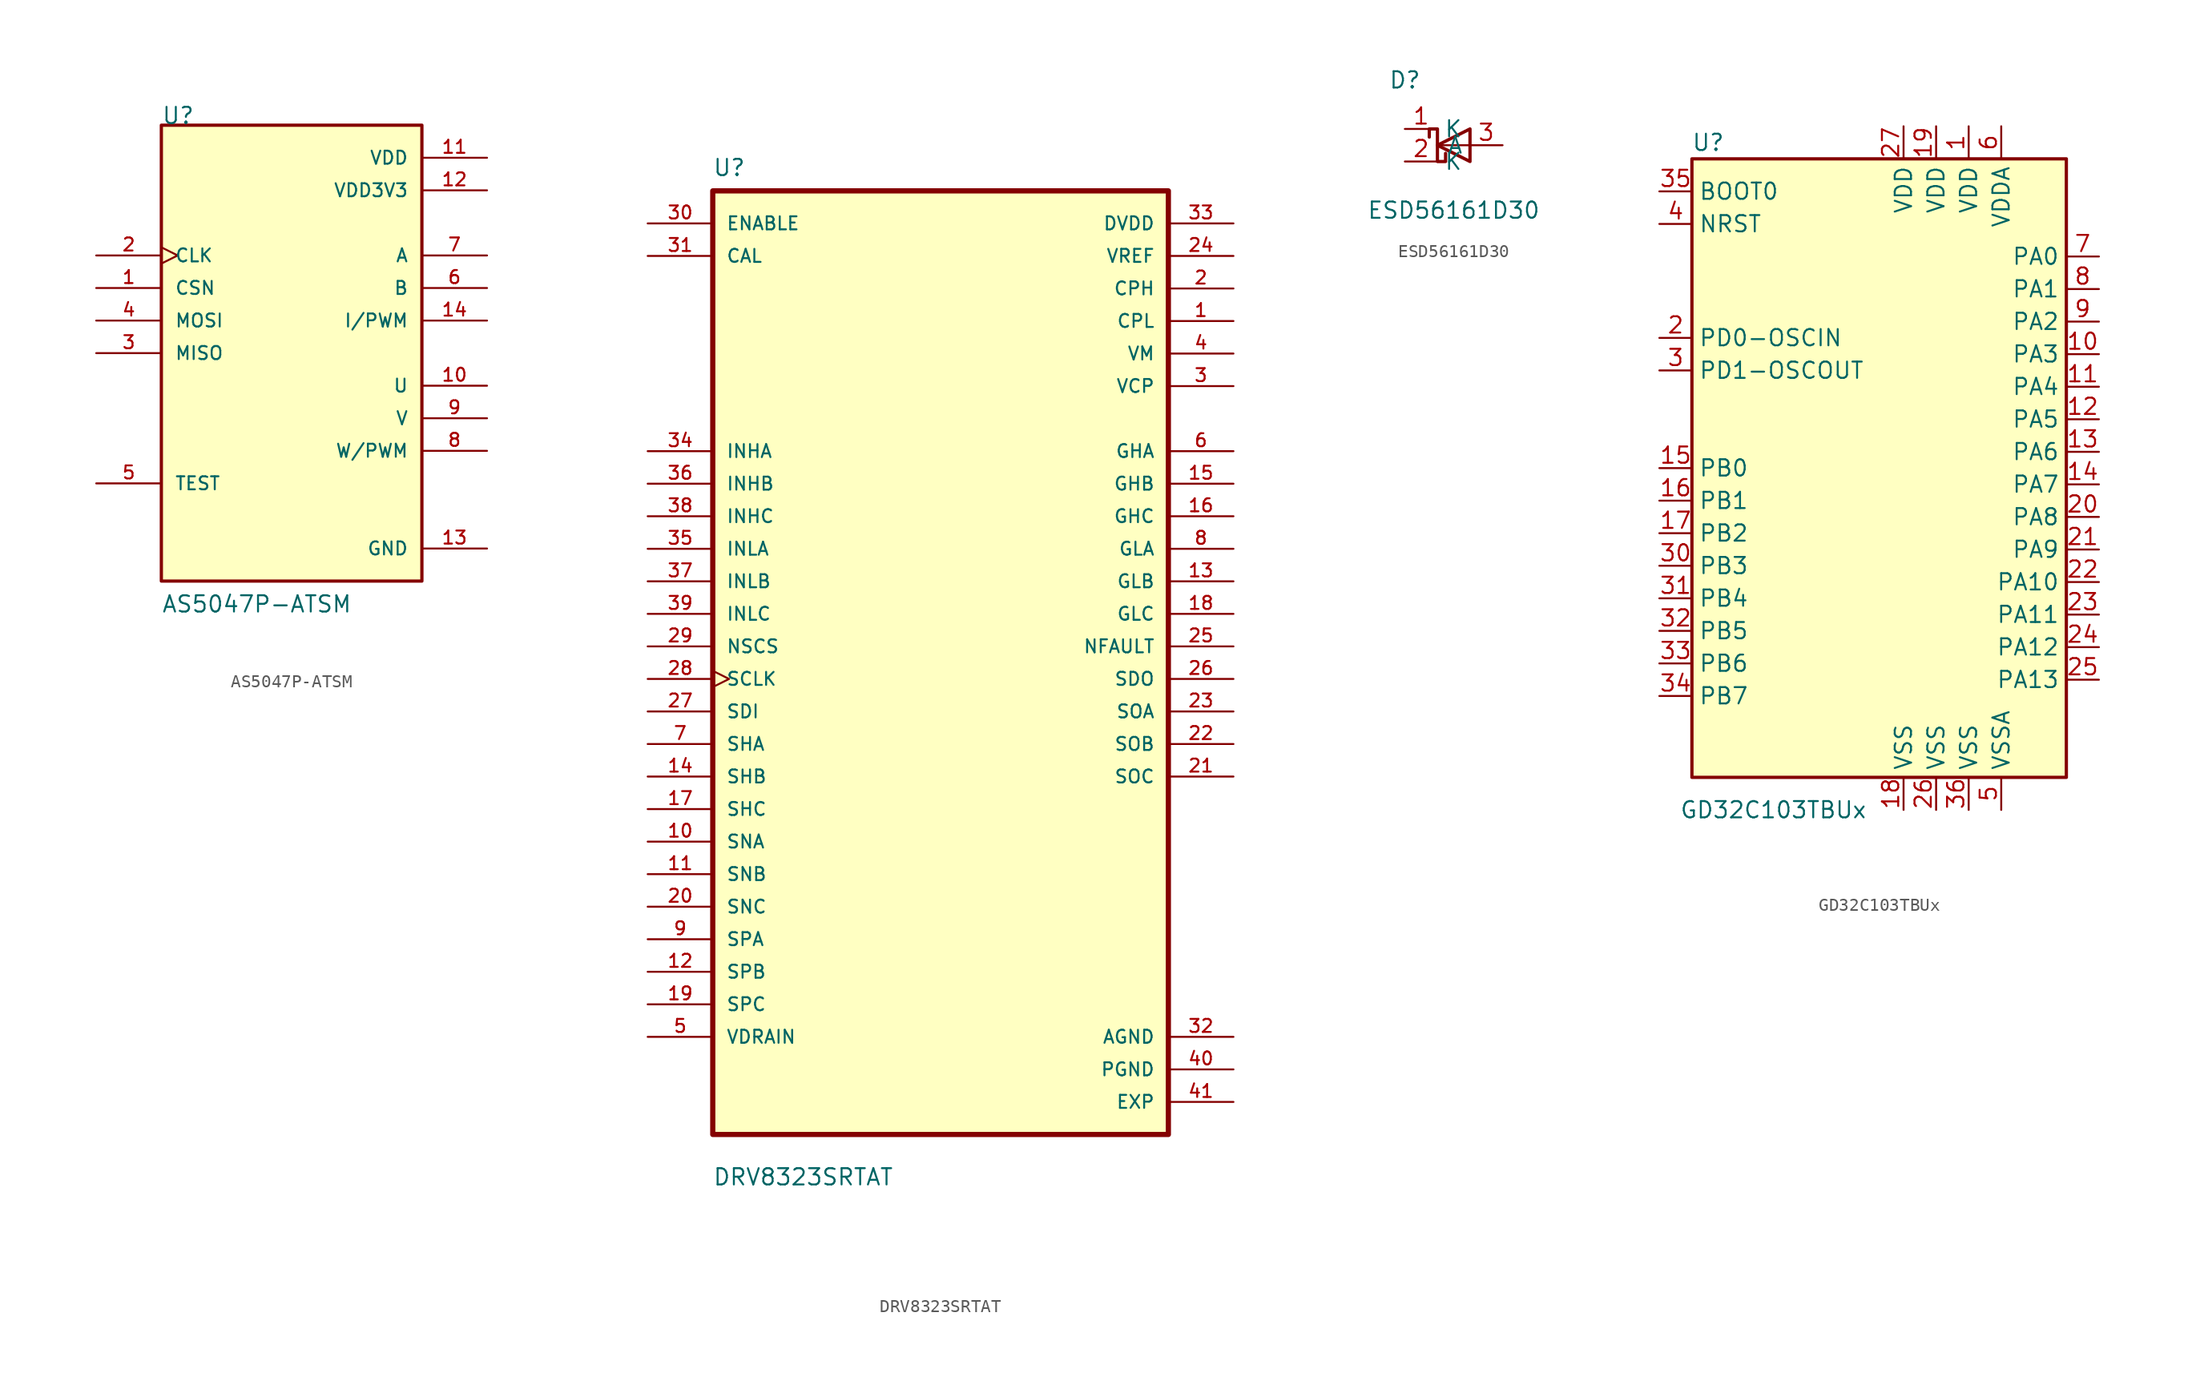
<source format=kicad_sym>
(kicad_symbol_lib
  (version 20211014)
  (generator kicad_symbol_editor)
  (symbol "AS5047P-ATSM"
    (pin_names
      (offset 1.016))
    (property "Reference" "U"
      (at -10.16 17.78 0)
      (effects (font (size 1.27 1.27)) (justify left bottom)))
    (property "Value" "AS5047P-ATSM"
      (at -10.16 -20.32 0)
      (effects (font (size 1.27 1.27)) (justify left bottom)))
    (symbol "AS5047P-ATSM_0_0"
      (rectangle (start -10.16 -17.78) (end 10.16 17.78) (stroke (width 0.254) (type default) (color 0 0 0 0)) (fill (type background)))
      (pin input line (at -15.24 5.08 0) (length 5.08) (name "CSN" (effects (font (size 1.016 1.016)))) (number "1" (effects (font (size 1.016 1.016)))))
      (pin output line (at 15.24 -2.54 180) (length 5.08) (name "U" (effects (font (size 1.016 1.016)))) (number "10" (effects (font (size 1.016 1.016)))))
      (pin power_in line (at 15.24 15.24 180) (length 5.08) (name "VDD" (effects (font (size 1.016 1.016)))) (number "11" (effects (font (size 1.016 1.016)))))
      (pin power_in line (at 15.24 12.7 180) (length 5.08) (name "VDD3V3" (effects (font (size 1.016 1.016)))) (number "12" (effects (font (size 1.016 1.016)))))
      (pin power_in line (at 15.24 -15.24 180) (length 5.08) (name "GND" (effects (font (size 1.016 1.016)))) (number "13" (effects (font (size 1.016 1.016)))))
      (pin output line (at 15.24 2.54 180) (length 5.08) (name "I/PWM" (effects (font (size 1.016 1.016)))) (number "14" (effects (font (size 1.016 1.016)))))
      (pin input clock (at -15.24 7.62 0) (length 5.08) (name "CLK" (effects (font (size 1.016 1.016)))) (number "2" (effects (font (size 1.016 1.016)))))
      (pin output line (at -15.24 0 0) (length 5.08) (name "MISO" (effects (font (size 1.016 1.016)))) (number "3" (effects (font (size 1.016 1.016)))))
      (pin input line (at -15.24 2.54 0) (length 5.08) (name "MOSI" (effects (font (size 1.016 1.016)))) (number "4" (effects (font (size 1.016 1.016)))))
      (pin passive line (at -15.24 -10.16 0) (length 5.08) (name "TEST" (effects (font (size 1.016 1.016)))) (number "5" (effects (font (size 1.016 1.016)))))
      (pin output line (at 15.24 5.08 180) (length 5.08) (name "B" (effects (font (size 1.016 1.016)))) (number "6" (effects (font (size 1.016 1.016)))))
      (pin output line (at 15.24 7.62 180) (length 5.08) (name "A" (effects (font (size 1.016 1.016)))) (number "7" (effects (font (size 1.016 1.016)))))
      (pin output line (at 15.24 -7.62 180) (length 5.08) (name "W/PWM" (effects (font (size 1.016 1.016)))) (number "8" (effects (font (size 1.016 1.016)))))
      (pin output line (at 15.24 -5.08 180) (length 5.08) (name "V" (effects (font (size 1.016 1.016)))) (number "9" (effects (font (size 1.016 1.016)))))))
  (symbol "DRV8323SRTAT"
    (pin_names
      (offset 1.016))
    (property "Reference" "U"
      (at -17.805 39.167 0)
      (effects (font (size 1.27 1.27)) (justify left bottom)))
    (property "Value" "DRV8323SRTAT"
      (at -17.805 -39.624 0)
      (effects (font (size 1.27 1.27)) (justify left bottom)))
    (symbol "DRV8323SRTAT_0_0"
      (rectangle (start -17.78 -35.56) (end 17.78 38.1) (stroke (width 0.406) (type default) (color 0 0 0 0)) (fill (type background)))
      (pin power_in line (at 22.86 27.94 180) (length 5.08) (name "CPL" (effects (font (size 1.016 1.016)))) (number "1" (effects (font (size 1.016 1.016)))))
      (pin input line (at -22.86 -12.7 0) (length 5.08) (name "SNA" (effects (font (size 1.016 1.016)))) (number "10" (effects (font (size 1.016 1.016)))))
      (pin input line (at -22.86 -15.24 0) (length 5.08) (name "SNB" (effects (font (size 1.016 1.016)))) (number "11" (effects (font (size 1.016 1.016)))))
      (pin input line (at -22.86 -22.86 0) (length 5.08) (name "SPB" (effects (font (size 1.016 1.016)))) (number "12" (effects (font (size 1.016 1.016)))))
      (pin output line (at 22.86 7.62 180) (length 5.08) (name "GLB" (effects (font (size 1.016 1.016)))) (number "13" (effects (font (size 1.016 1.016)))))
      (pin input line (at -22.86 -7.62 0) (length 5.08) (name "SHB" (effects (font (size 1.016 1.016)))) (number "14" (effects (font (size 1.016 1.016)))))
      (pin output line (at 22.86 15.24 180) (length 5.08) (name "GHB" (effects (font (size 1.016 1.016)))) (number "15" (effects (font (size 1.016 1.016)))))
      (pin output line (at 22.86 12.7 180) (length 5.08) (name "GHC" (effects (font (size 1.016 1.016)))) (number "16" (effects (font (size 1.016 1.016)))))
      (pin input line (at -22.86 -10.16 0) (length 5.08) (name "SHC" (effects (font (size 1.016 1.016)))) (number "17" (effects (font (size 1.016 1.016)))))
      (pin output line (at 22.86 5.08 180) (length 5.08) (name "GLC" (effects (font (size 1.016 1.016)))) (number "18" (effects (font (size 1.016 1.016)))))
      (pin input line (at -22.86 -25.4 0) (length 5.08) (name "SPC" (effects (font (size 1.016 1.016)))) (number "19" (effects (font (size 1.016 1.016)))))
      (pin power_in line (at 22.86 30.48 180) (length 5.08) (name "CPH" (effects (font (size 1.016 1.016)))) (number "2" (effects (font (size 1.016 1.016)))))
      (pin input line (at -22.86 -17.78 0) (length 5.08) (name "SNC" (effects (font (size 1.016 1.016)))) (number "20" (effects (font (size 1.016 1.016)))))
      (pin output line (at 22.86 -7.62 180) (length 5.08) (name "SOC" (effects (font (size 1.016 1.016)))) (number "21" (effects (font (size 1.016 1.016)))))
      (pin output line (at 22.86 -5.08 180) (length 5.08) (name "SOB" (effects (font (size 1.016 1.016)))) (number "22" (effects (font (size 1.016 1.016)))))
      (pin output line (at 22.86 -2.54 180) (length 5.08) (name "SOA" (effects (font (size 1.016 1.016)))) (number "23" (effects (font (size 1.016 1.016)))))
      (pin power_in line (at 22.86 33.02 180) (length 5.08) (name "VREF" (effects (font (size 1.016 1.016)))) (number "24" (effects (font (size 1.016 1.016)))))
      (pin output line (at 22.86 2.54 180) (length 5.08) (name "NFAULT" (effects (font (size 1.016 1.016)))) (number "25" (effects (font (size 1.016 1.016)))))
      (pin output line (at 22.86 0 180) (length 5.08) (name "SDO" (effects (font (size 1.016 1.016)))) (number "26" (effects (font (size 1.016 1.016)))))
      (pin input line (at -22.86 -2.54 0) (length 5.08) (name "SDI" (effects (font (size 1.016 1.016)))) (number "27" (effects (font (size 1.016 1.016)))))
      (pin input clock (at -22.86 0 0) (length 5.08) (name "SCLK" (effects (font (size 1.016 1.016)))) (number "28" (effects (font (size 1.016 1.016)))))
      (pin input line (at -22.86 2.54 0) (length 5.08) (name "NSCS" (effects (font (size 1.016 1.016)))) (number "29" (effects (font (size 1.016 1.016)))))
      (pin power_in line (at 22.86 22.86 180) (length 5.08) (name "VCP" (effects (font (size 1.016 1.016)))) (number "3" (effects (font (size 1.016 1.016)))))
      (pin input line (at -22.86 35.56 0) (length 5.08) (name "ENABLE" (effects (font (size 1.016 1.016)))) (number "30" (effects (font (size 1.016 1.016)))))
      (pin input line (at -22.86 33.02 0) (length 5.08) (name "CAL" (effects (font (size 1.016 1.016)))) (number "31" (effects (font (size 1.016 1.016)))))
      (pin power_in line (at 22.86 -27.94 180) (length 5.08) (name "AGND" (effects (font (size 1.016 1.016)))) (number "32" (effects (font (size 1.016 1.016)))))
      (pin power_in line (at 22.86 35.56 180) (length 5.08) (name "DVDD" (effects (font (size 1.016 1.016)))) (number "33" (effects (font (size 1.016 1.016)))))
      (pin input line (at -22.86 17.78 0) (length 5.08) (name "INHA" (effects (font (size 1.016 1.016)))) (number "34" (effects (font (size 1.016 1.016)))))
      (pin input line (at -22.86 10.16 0) (length 5.08) (name "INLA" (effects (font (size 1.016 1.016)))) (number "35" (effects (font (size 1.016 1.016)))))
      (pin input line (at -22.86 15.24 0) (length 5.08) (name "INHB" (effects (font (size 1.016 1.016)))) (number "36" (effects (font (size 1.016 1.016)))))
      (pin input line (at -22.86 7.62 0) (length 5.08) (name "INLB" (effects (font (size 1.016 1.016)))) (number "37" (effects (font (size 1.016 1.016)))))
      (pin input line (at -22.86 12.7 0) (length 5.08) (name "INHC" (effects (font (size 1.016 1.016)))) (number "38" (effects (font (size 1.016 1.016)))))
      (pin input line (at -22.86 5.08 0) (length 5.08) (name "INLC" (effects (font (size 1.016 1.016)))) (number "39" (effects (font (size 1.016 1.016)))))
      (pin power_in line (at 22.86 25.4 180) (length 5.08) (name "VM" (effects (font (size 1.016 1.016)))) (number "4" (effects (font (size 1.016 1.016)))))
      (pin power_in line (at 22.86 -30.48 180) (length 5.08) (name "PGND" (effects (font (size 1.016 1.016)))) (number "40" (effects (font (size 1.016 1.016)))))
      (pin power_in line (at 22.86 -33.02 180) (length 5.08) (name "EXP" (effects (font (size 1.016 1.016)))) (number "41" (effects (font (size 1.016 1.016)))))
      (pin input line (at -22.86 -27.94 0) (length 5.08) (name "VDRAIN" (effects (font (size 1.016 1.016)))) (number "5" (effects (font (size 1.016 1.016)))))
      (pin output line (at 22.86 17.78 180) (length 5.08) (name "GHA" (effects (font (size 1.016 1.016)))) (number "6" (effects (font (size 1.016 1.016)))))
      (pin input line (at -22.86 -5.08 0) (length 5.08) (name "SHA" (effects (font (size 1.016 1.016)))) (number "7" (effects (font (size 1.016 1.016)))))
      (pin output line (at 22.86 10.16 180) (length 5.08) (name "GLA" (effects (font (size 1.016 1.016)))) (number "8" (effects (font (size 1.016 1.016)))))
      (pin input line (at -22.86 -20.32 0) (length 5.08) (name "SPA" (effects (font (size 1.016 1.016)))) (number "9" (effects (font (size 1.016 1.016)))))))
  (symbol "ESD56161D30"
    (property "Reference" "D"
      (at -3.81 5.08 0)
      (effects (font (size 1.27 1.27))))
    (property "Value" "ESD56161D30"
      (at 0 -5.08 0)
      (effects (font (size 1.27 1.27))))
    (symbol "ESD56161D30_0_1"
      (polyline (pts (xy 1.27 0) (xy -1.27 0)) (stroke (width 0) (type default) (color 0 0 0 0)) (fill (type none)))
      (polyline (pts (xy 1.27 1.27) (xy 1.27 -1.27) (xy -1.27 0) (xy 1.27 1.27)) (stroke (width 0.254) (type default) (color 0 0 0 0)) (fill (type none)))
      (polyline (pts (xy -1.905 0.635) (xy -1.905 1.27) (xy -1.27 1.27) (xy -1.27 -1.27) (xy -0.635 -1.27) (xy -0.635 -0.635)) (stroke (width 0.254) (type default) (color 0 0 0 0)) (fill (type none))))
    (symbol "ESD56161D30_1_1"
      (pin passive line (at -3.81 1.27 0) (length 2.54) (name "K" (effects (font (size 1.27 1.27)))) (number "1" (effects (font (size 1.27 1.27)))))
      (pin passive line (at -3.81 -1.27 0) (length 2.54) (name "K" (effects (font (size 1.27 1.27)))) (number "2" (effects (font (size 1.27 1.27)))))
      (pin passive line (at 3.81 0 180) (length 2.54) (name "A" (effects (font (size 1.27 1.27)))) (number "3" (effects (font (size 1.27 1.27)))))))
  (symbol "GD32C103TBUx"
    (property "Reference" "U"
      (at -13.97 25.4 0)
      (effects (font (size 1.27 1.27))))
    (property "Value" "GD32C103TBUx"
      (at -8.89 -26.67 0)
      (effects (font (size 1.27 1.27))))
    (symbol "GD32C103TBUx_0_1"
      (rectangle (start -15.24 24.13) (end 13.97 -24.13) (stroke (width 0.254) (type default) (color 0 0 0 0)) (fill (type background))))
    (symbol "GD32C103TBUx_1_1"
      (pin power_in line (at 6.35 26.67 270) (length 2.54) (name "VDD" (effects (font (size 1.27 1.27)))) (number "1" (effects (font (size 1.27 1.27)))))
      (pin bidirectional line (at 16.51 8.89 180) (length 2.54) (name "PA3" (effects (font (size 1.27 1.27)))) (number "10" (effects (font (size 1.27 1.27)))))
      (pin bidirectional line (at 16.51 6.35 180) (length 2.54) (name "PA4" (effects (font (size 1.27 1.27)))) (number "11" (effects (font (size 1.27 1.27)))))
      (pin bidirectional line (at 16.51 3.81 180) (length 2.54) (name "PA5" (effects (font (size 1.27 1.27)))) (number "12" (effects (font (size 1.27 1.27)))))
      (pin bidirectional line (at 16.51 1.27 180) (length 2.54) (name "PA6" (effects (font (size 1.27 1.27)))) (number "13" (effects (font (size 1.27 1.27)))))
      (pin bidirectional line (at 16.51 -1.27 180) (length 2.54) (name "PA7" (effects (font (size 1.27 1.27)))) (number "14" (effects (font (size 1.27 1.27)))))
      (pin bidirectional line (at -17.78 0 0) (length 2.54) (name "PB0" (effects (font (size 1.27 1.27)))) (number "15" (effects (font (size 1.27 1.27)))))
      (pin bidirectional line (at -17.78 -2.54 0) (length 2.54) (name "PB1" (effects (font (size 1.27 1.27)))) (number "16" (effects (font (size 1.27 1.27)))))
      (pin bidirectional line (at -17.78 -5.08 0) (length 2.54) (name "PB2" (effects (font (size 1.27 1.27)))) (number "17" (effects (font (size 1.27 1.27)))))
      (pin power_in line (at 1.27 -26.67 90) (length 2.54) (name "VSS" (effects (font (size 1.27 1.27)))) (number "18" (effects (font (size 1.27 1.27)))))
      (pin power_in line (at 3.81 26.67 270) (length 2.54) (name "VDD" (effects (font (size 1.27 1.27)))) (number "19" (effects (font (size 1.27 1.27)))))
      (pin input line (at -17.78 10.16 0) (length 2.54) (name "PD0-OSCIN" (effects (font (size 1.27 1.27)))) (number "2" (effects (font (size 1.27 1.27)))))
      (pin bidirectional line (at 16.51 -3.81 180) (length 2.54) (name "PA8" (effects (font (size 1.27 1.27)))) (number "20" (effects (font (size 1.27 1.27)))))
      (pin bidirectional line (at 16.51 -6.35 180) (length 2.54) (name "PA9" (effects (font (size 1.27 1.27)))) (number "21" (effects (font (size 1.27 1.27)))))
      (pin bidirectional line (at 16.51 -8.89 180) (length 2.54) (name "PA10" (effects (font (size 1.27 1.27)))) (number "22" (effects (font (size 1.27 1.27)))))
      (pin bidirectional line (at 16.51 -11.43 180) (length 2.54) (name "PA11" (effects (font (size 1.27 1.27)))) (number "23" (effects (font (size 1.27 1.27)))))
      (pin bidirectional line (at 16.51 -13.97 180) (length 2.54) (name "PA12" (effects (font (size 1.27 1.27)))) (number "24" (effects (font (size 1.27 1.27)))))
      (pin bidirectional line (at 16.51 -16.51 180) (length 2.54) (name "PA13" (effects (font (size 1.27 1.27)))) (number "25" (effects (font (size 1.27 1.27)))))
      (pin power_in line (at 3.81 -26.67 90) (length 2.54) (name "VSS" (effects (font (size 1.27 1.27)))) (number "26" (effects (font (size 1.27 1.27)))))
      (pin power_in line (at 1.27 26.67 270) (length 2.54) (name "VDD" (effects (font (size 1.27 1.27)))) (number "27" (effects (font (size 1.27 1.27)))))
      (pin input line (at -17.78 7.62 0) (length 2.54) (name "PD1-OSCOUT" (effects (font (size 1.27 1.27)))) (number "3" (effects (font (size 1.27 1.27)))))
      (pin bidirectional line (at -17.78 -7.62 0) (length 2.54) (name "PB3" (effects (font (size 1.27 1.27)))) (number "30" (effects (font (size 1.27 1.27)))))
      (pin bidirectional line (at -17.78 -10.16 0) (length 2.54) (name "PB4" (effects (font (size 1.27 1.27)))) (number "31" (effects (font (size 1.27 1.27)))))
      (pin bidirectional line (at -17.78 -12.7 0) (length 2.54) (name "PB5" (effects (font (size 1.27 1.27)))) (number "32" (effects (font (size 1.27 1.27)))))
      (pin bidirectional line (at -17.78 -15.24 0) (length 2.54) (name "PB6" (effects (font (size 1.27 1.27)))) (number "33" (effects (font (size 1.27 1.27)))))
      (pin bidirectional line (at -17.78 -17.78 0) (length 2.54) (name "PB7" (effects (font (size 1.27 1.27)))) (number "34" (effects (font (size 1.27 1.27)))))
      (pin input line (at -17.78 21.59 0) (length 2.54) (name "BOOT0" (effects (font (size 1.27 1.27)))) (number "35" (effects (font (size 1.27 1.27)))))
      (pin power_in line (at 6.35 -26.67 90) (length 2.54) (name "VSS" (effects (font (size 1.27 1.27)))) (number "36" (effects (font (size 1.27 1.27)))))
      (pin input line (at -17.78 19.05 0) (length 2.54) (name "NRST" (effects (font (size 1.27 1.27)))) (number "4" (effects (font (size 1.27 1.27)))))
      (pin input line (at 8.89 -26.67 90) (length 2.54) (name "VSSA" (effects (font (size 1.27 1.27)))) (number "5" (effects (font (size 1.27 1.27)))))
      (pin input line (at 8.89 26.67 270) (length 2.54) (name "VDDA" (effects (font (size 1.27 1.27)))) (number "6" (effects (font (size 1.27 1.27)))))
      (pin bidirectional line (at 16.51 16.51 180) (length 2.54) (name "PA0" (effects (font (size 1.27 1.27)))) (number "7" (effects (font (size 1.27 1.27)))) (alternate "WKUP" bidirectional line))
      (pin bidirectional line (at 16.51 13.97 180) (length 2.54) (name "PA1" (effects (font (size 1.27 1.27)))) (number "8" (effects (font (size 1.27 1.27)))))
      (pin bidirectional line (at 16.51 11.43 180) (length 2.54) (name "PA2" (effects (font (size 1.27 1.27)))) (number "9" (effects (font (size 1.27 1.27))))))))
</source>
